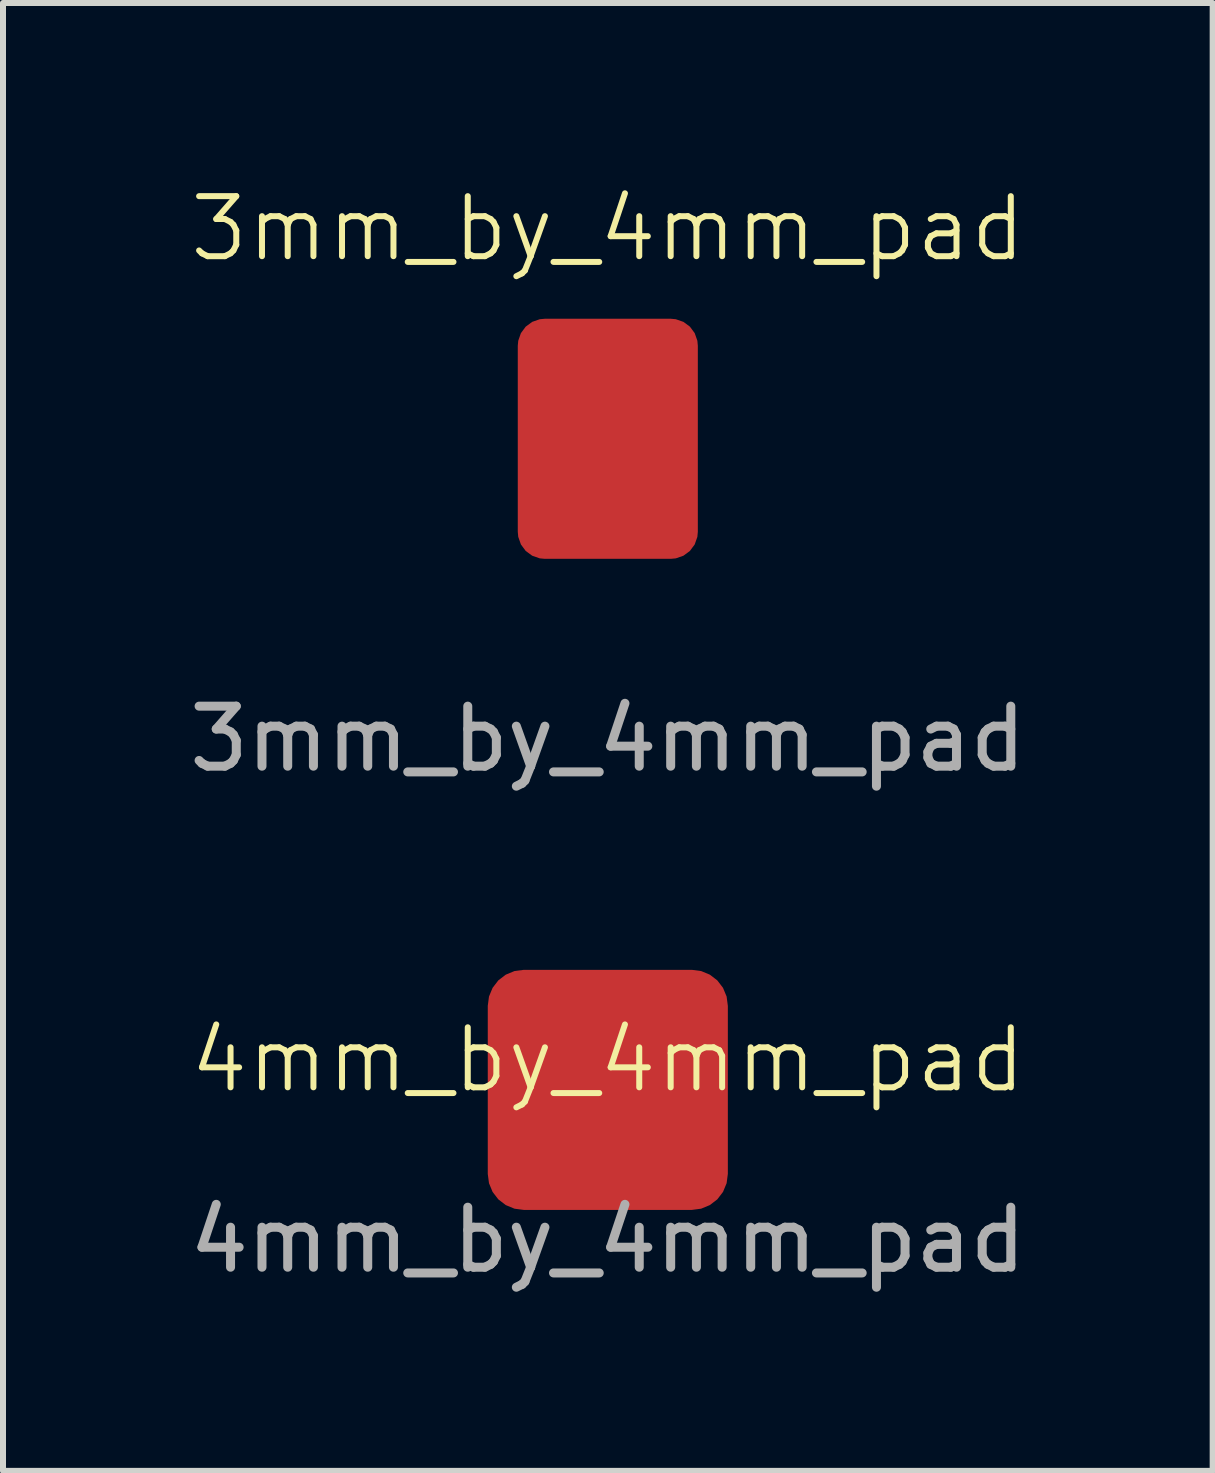
<source format=kicad_pcb>
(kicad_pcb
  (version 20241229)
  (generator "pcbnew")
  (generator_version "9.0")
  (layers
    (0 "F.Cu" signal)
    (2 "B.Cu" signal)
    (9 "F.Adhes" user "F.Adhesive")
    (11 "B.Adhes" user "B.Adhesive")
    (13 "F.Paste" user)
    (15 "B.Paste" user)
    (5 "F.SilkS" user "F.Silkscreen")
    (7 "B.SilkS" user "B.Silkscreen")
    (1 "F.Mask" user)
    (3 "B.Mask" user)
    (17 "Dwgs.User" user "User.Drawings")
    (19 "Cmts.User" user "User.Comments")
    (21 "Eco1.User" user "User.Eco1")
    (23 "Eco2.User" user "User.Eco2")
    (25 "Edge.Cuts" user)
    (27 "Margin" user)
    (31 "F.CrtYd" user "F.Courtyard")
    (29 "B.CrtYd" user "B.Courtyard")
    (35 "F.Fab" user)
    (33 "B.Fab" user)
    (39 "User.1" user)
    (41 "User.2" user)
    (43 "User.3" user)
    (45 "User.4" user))
  (footprint "4mm_by_4mm_pad"
    (layer "F.Cu")
    (at 7.077 15.109)
    (property "Reference" "4mm_by_4mm_pad" (at 0 -0.5 0) (unlocked yes) (layer "F.SilkS") (effects (font (size 1 1) (thickness 0.1))))
    (attr smd)
    (fp_text user "${REFERENCE}" (at 0 2.5 0) (unlocked yes) (layer "F.Fab") (effects (font (size 1 1) (thickness 0.15))))
    (pad "1" smd roundrect (at 0 0) (size 4 4) (layers "F.Cu" "F.Mask" "F.Paste") (roundrect_rratio 0.15)))
  (footprint "3mm_by_4mm_pad"
    (layer "F.Cu")
    (at 7.077 4.261)
    (property "Reference" "3mm_by_4mm_pad" (at 0 -3.5 0) (unlocked yes) (layer "F.SilkS") (effects (font (size 1 1) (thickness 0.1))))
    (attr smd)
    (fp_text user "${REFERENCE}" (at 0 5 0) (unlocked yes) (layer "F.Fab") (effects (font (size 1 1) (thickness 0.15))))
    (pad "1" smd roundrect (at 0 0) (size 3 4) (layers "F.Cu" "F.Mask" "F.Paste") (roundrect_rratio 0.15)))
  (gr_rect
    (start -3 -3)
    (end 17.155 21.457)
    (stroke (width 0.1) (type default))
    (fill no)
    (layer "Edge.Cuts")))
</source>
